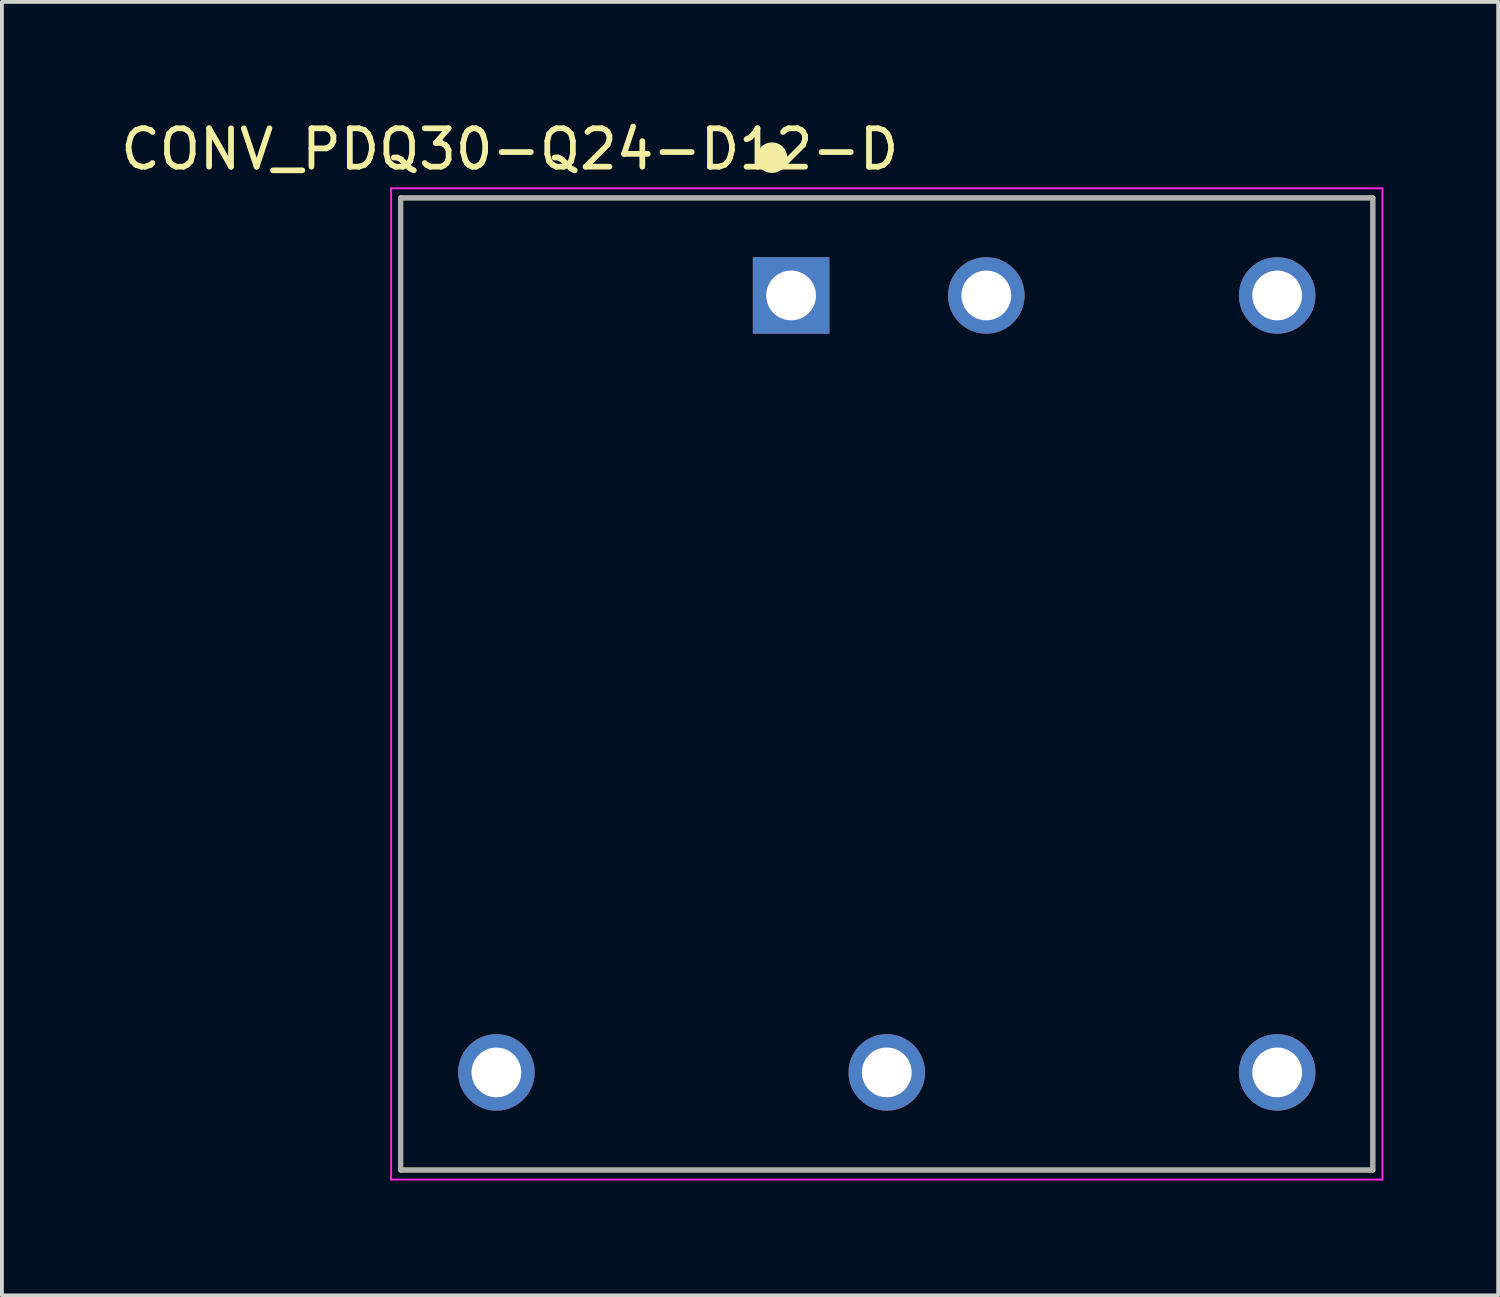
<source format=kicad_pcb>
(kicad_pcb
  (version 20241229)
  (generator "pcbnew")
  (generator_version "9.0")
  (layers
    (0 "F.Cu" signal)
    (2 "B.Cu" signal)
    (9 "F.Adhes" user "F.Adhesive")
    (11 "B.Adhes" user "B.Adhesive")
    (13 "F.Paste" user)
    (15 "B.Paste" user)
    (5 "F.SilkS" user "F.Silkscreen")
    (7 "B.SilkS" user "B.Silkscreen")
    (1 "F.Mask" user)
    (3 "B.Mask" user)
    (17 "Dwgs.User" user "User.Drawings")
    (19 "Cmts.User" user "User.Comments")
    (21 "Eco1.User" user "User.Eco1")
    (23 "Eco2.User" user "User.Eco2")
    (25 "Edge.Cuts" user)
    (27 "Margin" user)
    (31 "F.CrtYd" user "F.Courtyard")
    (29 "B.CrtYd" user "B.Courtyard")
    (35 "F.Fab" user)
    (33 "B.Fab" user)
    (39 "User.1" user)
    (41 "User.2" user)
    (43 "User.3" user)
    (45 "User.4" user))
  (footprint "CONV_PDQ30-Q24-D12-D"
    (layer "F.Cu")
    (at 20.12 14.82)
    (property "Reference" "CONV_PDQ30-Q24-D12-D" (at -9.85 -13.971 0) (layer "F.SilkS") (effects (font (size 1.003 1.003) (thickness 0.15))))
    (attr through_hole)
    (fp_line (start -12.7 -12.7) (end 12.7 -12.7) (stroke (width 0.127) (type solid)) (layer "F.SilkS"))
    (fp_line (start -12.7 12.7) (end -12.7 -12.7) (stroke (width 0.127) (type solid)) (layer "F.SilkS"))
    (fp_line (start 12.7 -12.7) (end 12.7 12.7) (stroke (width 0.127) (type solid)) (layer "F.SilkS"))
    (fp_line (start 12.7 12.7) (end -12.7 12.7) (stroke (width 0.127) (type solid)) (layer "F.SilkS"))
    (fp_circle (center -3 -13.75) (end -2.8 -13.75) (stroke (width 0.4) (type solid)) (fill no) (layer "F.SilkS"))
    (fp_line (start -12.95 -12.95) (end 12.95 -12.95) (stroke (width 0.05) (type solid)) (layer "F.CrtYd"))
    (fp_line (start -12.95 12.95) (end -12.95 -12.95) (stroke (width 0.05) (type solid)) (layer "F.CrtYd"))
    (fp_line (start 12.95 -12.95) (end 12.95 12.95) (stroke (width 0.05) (type solid)) (layer "F.CrtYd"))
    (fp_line (start 12.95 12.95) (end -12.95 12.95) (stroke (width 0.05) (type solid)) (layer "F.CrtYd"))
    (fp_line (start -12.7 -12.7) (end 12.7 -12.7) (stroke (width 0.127) (type solid)) (layer "F.Fab"))
    (fp_line (start -12.7 12.7) (end -12.7 -12.7) (stroke (width 0.127) (type solid)) (layer "F.Fab"))
    (fp_line (start 12.7 -12.7) (end 12.7 12.7) (stroke (width 0.127) (type solid)) (layer "F.Fab"))
    (fp_line (start 12.7 12.7) (end -12.7 12.7) (stroke (width 0.127) (type solid)) (layer "F.Fab"))
    (fp_circle (center -2.5 -10.25) (end -2.3 -10.25) (stroke (width 0.4) (type solid)) (fill no) (layer "F.Fab"))
    (pad "1" thru_hole rect (at -2.5 -10.15) (size 2 2) (drill 1.3) (layers "*.Cu" "*.Mask"))
    (pad "2" thru_hole circle (at 2.6 -10.15) (size 2 2) (drill 1.3) (layers "*.Cu" "*.Mask"))
    (pad "3" thru_hole circle (at -10.2 10.15) (size 2 2) (drill 1.3) (layers "*.Cu" "*.Mask"))
    (pad "4" thru_hole circle (at 0 10.15) (size 2 2) (drill 1.3) (layers "*.Cu" "*.Mask"))
    (pad "5" thru_hole circle (at 10.2 10.15) (size 2 2) (drill 1.3) (layers "*.Cu" "*.Mask"))
    (pad "6" thru_hole circle (at 10.2 -10.15) (size 2 2) (drill 1.3) (layers "*.Cu" "*.Mask")))
  (gr_rect
    (start -3 -3)
    (end 36.095 30.795)
    (stroke (width 0.1) (type default))
    (fill no)
    (layer "Edge.Cuts")))
</source>
